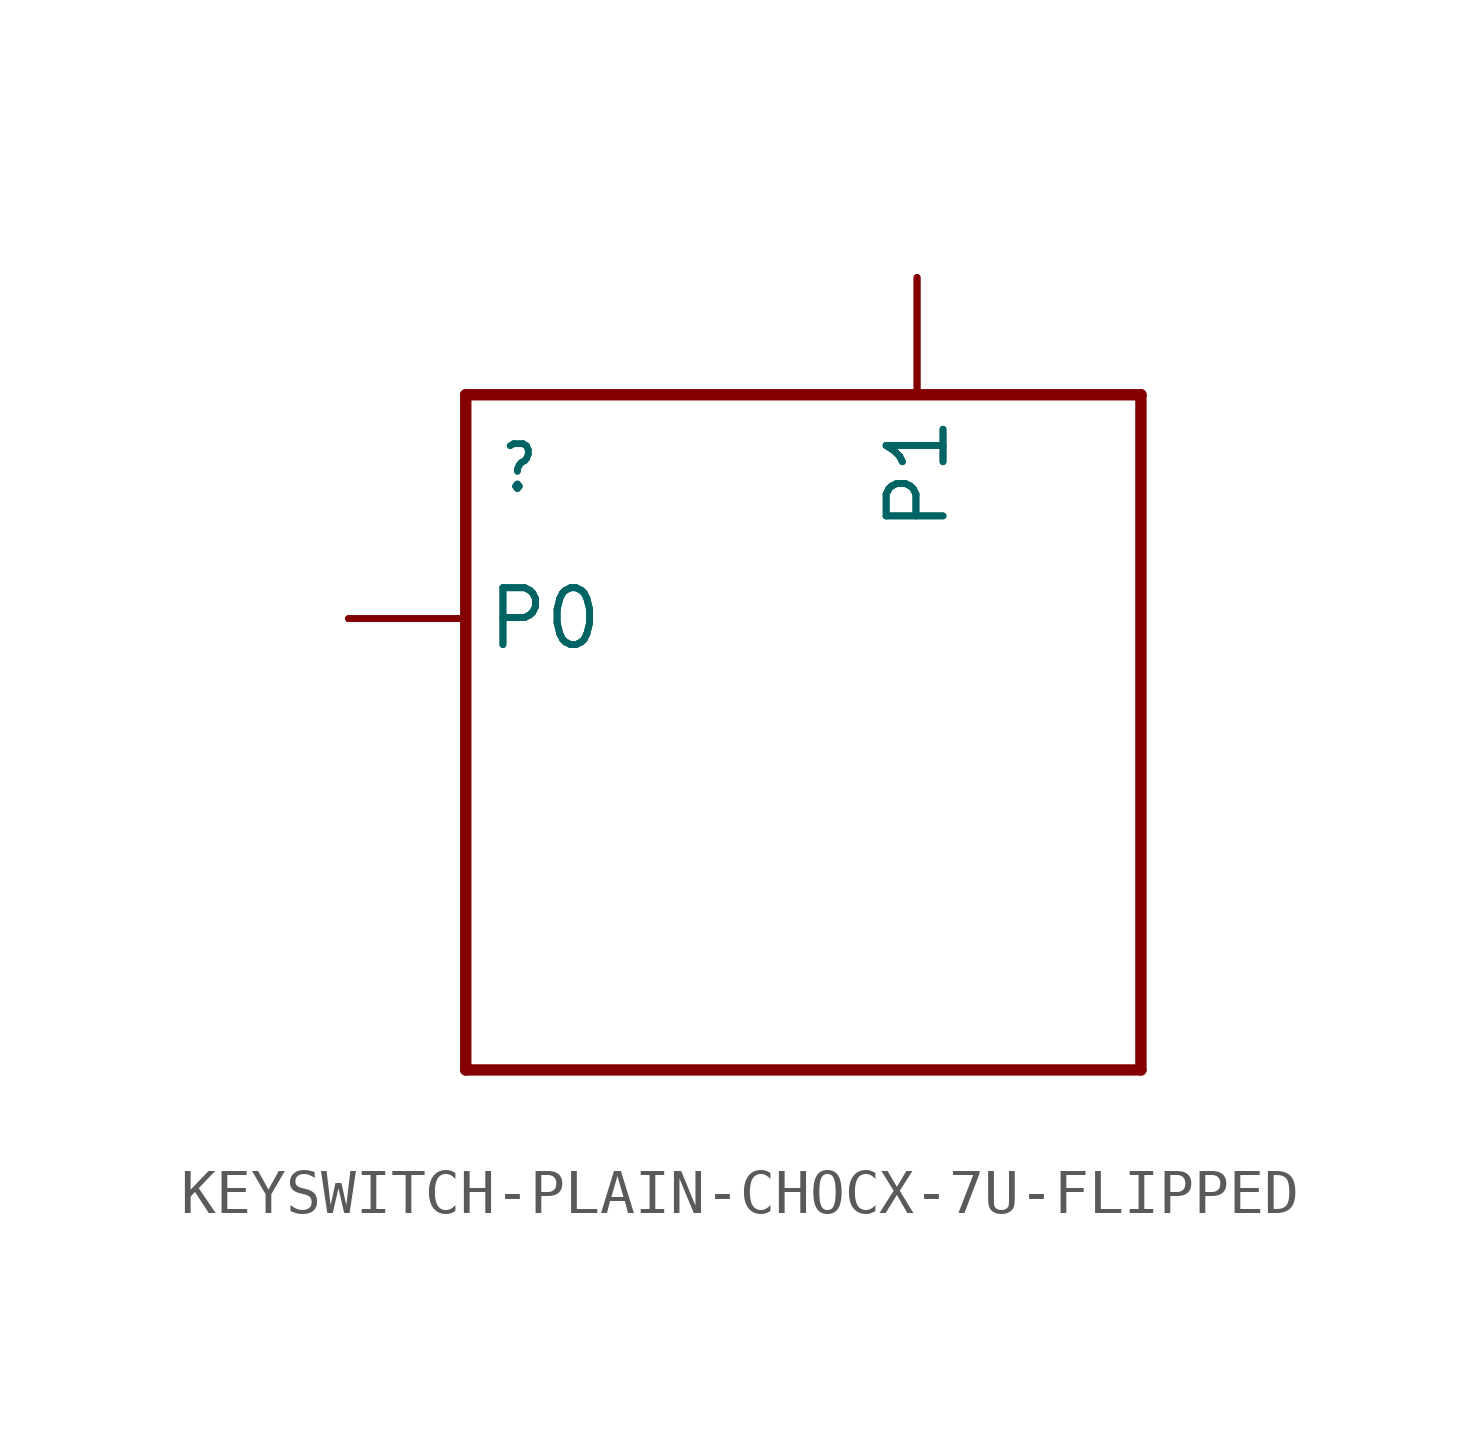
<source format=kicad_sym>
(kicad_symbol_lib
  (version 20211014)
  (generator kicad_symbol_editor)
  (symbol "KEYSWITCH-PLAIN-CHOCX-7U-FLIPPED"
    (property "Reference" ""
      (at -6.81 5.318 0)
      (effects (font (size 1 0.85)) (justify left bottom)))
    (property "ki_locked" ""
      (at 0 0 0)
      (effects (font (size 1.27 1.27))))
    (symbol "KEYSWITCH-PLAIN-CHOCX-7U-FLIPPED_1_0"
      (polyline (pts (xy -7.54 -7.54) (xy -7.54 7.54)) (stroke (width 0.254) (type default) (color 0 0 0 0)) (fill (type none)))
      (polyline (pts (xy -7.54 7.54) (xy 7.54 7.54)) (stroke (width 0.254) (type default) (color 0 0 0 0)) (fill (type none)))
      (polyline (pts (xy 7.54 -7.54) (xy -7.54 -7.54)) (stroke (width 0.254) (type default) (color 0 0 0 0)) (fill (type none)))
      (polyline (pts (xy 7.54 7.54) (xy 7.54 -7.54)) (stroke (width 0.254) (type default) (color 0 0 0 0)) (fill (type none)))
      (pin bidirectional line (at -10.16 2.54 0) (length 2.54) (name "P0" (effects (font (size 1.27 1.27)))) (number "CHOC1" (effects (font (size 0 0)))))
      (pin bidirectional line (at 2.54 10.16 270) (length 2.54) (name "P1" (effects (font (size 1.27 1.27)))) (number "CHOC2" (effects (font (size 0 0)))))
      (pin bidirectional line (at -10.16 2.54 0) (length 2.54) (name "P0" (effects (font (size 1.27 1.27)))) (number "X1" (effects (font (size 0 0)))))
      (pin bidirectional line (at 2.54 10.16 270) (length 2.54) (name "P1" (effects (font (size 1.27 1.27)))) (number "X2" (effects (font (size 0 0))))))))
</source>
